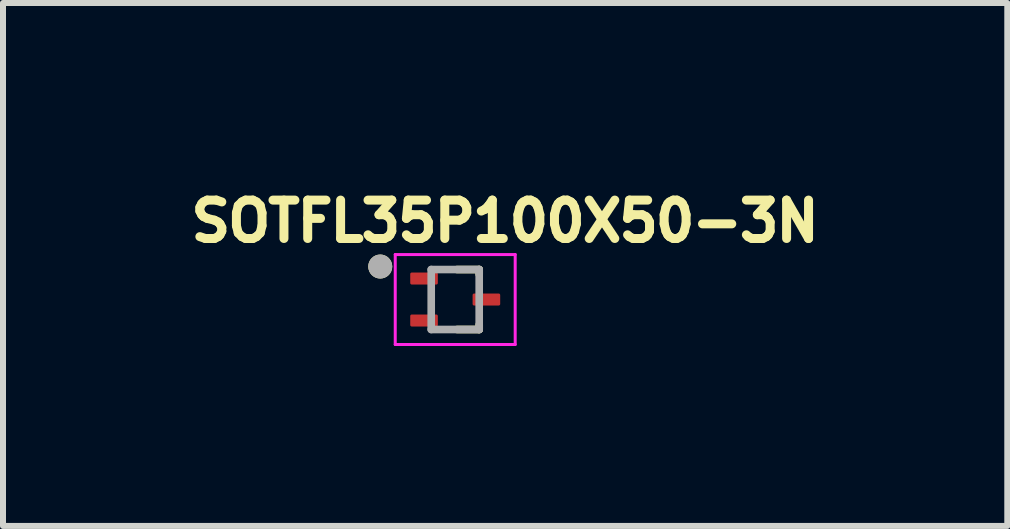
<source format=kicad_pcb>
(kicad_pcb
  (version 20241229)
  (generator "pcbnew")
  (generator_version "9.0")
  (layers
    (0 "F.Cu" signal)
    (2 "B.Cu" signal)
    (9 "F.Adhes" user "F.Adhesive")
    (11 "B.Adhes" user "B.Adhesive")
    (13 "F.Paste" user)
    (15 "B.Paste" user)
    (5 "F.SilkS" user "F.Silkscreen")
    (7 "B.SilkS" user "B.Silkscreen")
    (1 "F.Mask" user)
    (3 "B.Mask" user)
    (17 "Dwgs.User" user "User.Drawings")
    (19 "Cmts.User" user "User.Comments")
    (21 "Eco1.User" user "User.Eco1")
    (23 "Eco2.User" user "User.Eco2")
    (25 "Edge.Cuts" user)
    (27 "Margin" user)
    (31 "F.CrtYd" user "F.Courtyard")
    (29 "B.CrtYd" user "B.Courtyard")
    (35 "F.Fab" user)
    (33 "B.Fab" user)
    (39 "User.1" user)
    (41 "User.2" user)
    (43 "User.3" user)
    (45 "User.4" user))
  (footprint "SOTFL35P100X50-3N"
    (layer "F.Cu")
    (at 4.54 1.944)
    (property "Reference" "SOTFL35P100X50-3N" (at 0.832 -1.306 0) (layer "F.SilkS") (effects (font (size 0.64 0.64) (thickness 0.15))))
    (attr smd)
    (fp_line (start 0.03 -0.5) (end 0.4 -0.5) (stroke (width 0.127) (type solid)) (layer "F.SilkS"))
    (fp_line (start 0.03 0.5) (end 0.4 0.5) (stroke (width 0.127) (type solid)) (layer "F.SilkS"))
    (fp_line (start 0.4 -0.42) (end 0.4 -0.5) (stroke (width 0.127) (type solid)) (layer "F.SilkS"))
    (fp_line (start 0.4 0.42) (end 0.4 0.5) (stroke (width 0.127) (type solid)) (layer "F.SilkS"))
    (fp_circle (center -1.25 -0.55) (end -1.15 -0.55) (stroke (width 0.2) (type solid)) (fill no) (layer "F.SilkS"))
    (fp_line (start -1 -0.75) (end 1 -0.75) (stroke (width 0.05) (type solid)) (layer "F.CrtYd"))
    (fp_line (start -1 0.75) (end -1 -0.75) (stroke (width 0.05) (type solid)) (layer "F.CrtYd"))
    (fp_line (start 1 -0.75) (end 1 0.75) (stroke (width 0.05) (type solid)) (layer "F.CrtYd"))
    (fp_line (start 1 0.75) (end -1 0.75) (stroke (width 0.05) (type solid)) (layer "F.CrtYd"))
    (fp_line (start -0.4 -0.5) (end 0.4 -0.5) (stroke (width 0.127) (type solid)) (layer "F.Fab"))
    (fp_line (start -0.4 0.5) (end -0.4 -0.5) (stroke (width 0.127) (type solid)) (layer "F.Fab"))
    (fp_line (start 0.4 -0.5) (end 0.4 0.5) (stroke (width 0.127) (type solid)) (layer "F.Fab"))
    (fp_line (start 0.4 0.5) (end -0.4 0.5) (stroke (width 0.127) (type solid)) (layer "F.Fab"))
    (fp_circle (center -1.25 -0.55) (end -1.15 -0.55) (stroke (width 0.2) (type solid)) (fill no) (layer "F.Fab"))
    (pad "1" smd roundrect (at -0.52 -0.35) (size 0.46 0.2) (layers "F.Cu" "F.Mask" "F.Paste") (roundrect_rratio 0.125))
    (pad "2" smd roundrect (at -0.52 0.35) (size 0.46 0.2) (layers "F.Cu" "F.Mask" "F.Paste") (roundrect_rratio 0.125))
    (pad "3" smd roundrect (at 0.52 0) (size 0.46 0.2) (layers "F.Cu" "F.Mask" "F.Paste") (roundrect_rratio 0.125)))
  (gr_rect
    (start -3 -3)
    (end 13.745 5.719)
    (stroke (width 0.1) (type default))
    (fill no)
    (layer "Edge.Cuts")))
</source>
